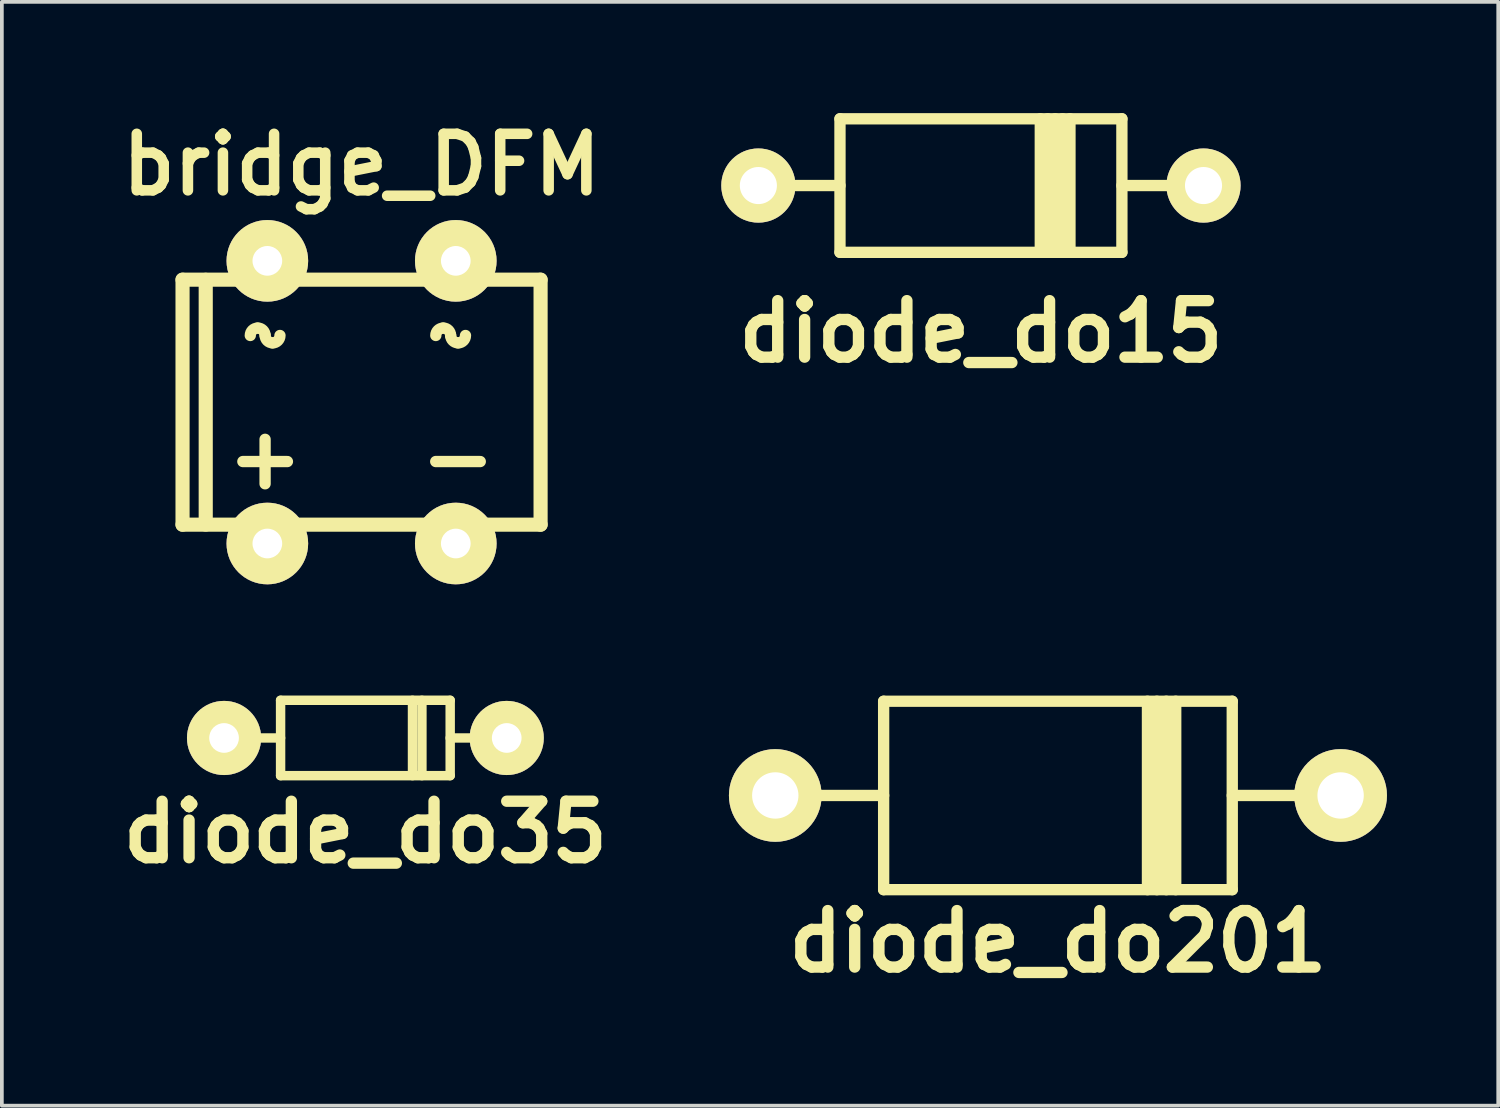
<source format=kicad_pcb>
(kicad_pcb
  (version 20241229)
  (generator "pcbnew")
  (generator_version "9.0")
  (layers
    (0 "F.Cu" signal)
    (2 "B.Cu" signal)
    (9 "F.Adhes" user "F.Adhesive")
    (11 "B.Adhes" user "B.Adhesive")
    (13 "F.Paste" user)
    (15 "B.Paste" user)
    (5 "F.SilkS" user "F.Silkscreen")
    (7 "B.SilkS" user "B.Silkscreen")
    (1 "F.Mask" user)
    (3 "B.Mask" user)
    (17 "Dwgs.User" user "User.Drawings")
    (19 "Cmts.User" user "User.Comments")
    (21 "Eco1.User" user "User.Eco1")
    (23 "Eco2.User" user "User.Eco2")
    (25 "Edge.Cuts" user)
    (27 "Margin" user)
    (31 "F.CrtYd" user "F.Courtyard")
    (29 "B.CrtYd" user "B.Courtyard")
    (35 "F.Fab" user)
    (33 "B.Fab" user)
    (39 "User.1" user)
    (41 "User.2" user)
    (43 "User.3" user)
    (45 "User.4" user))
  (footprint "bridge_DFM"
    (layer "F.Cu")
    (at 6.697 7.792)
    (property "Reference" "bridge_DFM" (at 0 -6.401 0) (layer "F.SilkS") (effects (font (size 1.524 1.524) (thickness 0.284))))
    (attr through_hole)
    (fp_line (start -4.826 -3.302) (end 4.826 -3.302) (stroke (width 0.381) (type solid)) (layer "F.SilkS"))
    (fp_line (start -4.826 3.302) (end -4.826 -3.302) (stroke (width 0.381) (type solid)) (layer "F.SilkS"))
    (fp_line (start -4.201 -3.299) (end -4.201 3.299) (stroke (width 0.381) (type solid)) (layer "F.SilkS"))
    (fp_line (start -2.601 2.2) (end -2.601 1.001) (stroke (width 0.305) (type solid)) (layer "F.SilkS"))
    (fp_line (start -1.999 1.6) (end -3.2 1.6) (stroke (width 0.305) (type solid)) (layer "F.SilkS"))
    (fp_line (start 1.999 1.6) (end 3.2 1.6) (stroke (width 0.305) (type solid)) (layer "F.SilkS"))
    (fp_line (start 4.826 -3.302) (end 4.826 3.302) (stroke (width 0.381) (type solid)) (layer "F.SilkS"))
    (fp_line (start 4.826 3.302) (end -4.826 3.302) (stroke (width 0.381) (type solid)) (layer "F.SilkS"))
    (fp_arc (start -2.99974 -1.79832) (mid -2.941712 -1.938412) (end -2.80162 -1.99644) (stroke (width 0.3048) (type solid)) (layer "F.SilkS"))
    (fp_arc (start -2.80162 -1.99898) (mid -2.659732 -1.940208) (end -2.60096 -1.79832) (stroke (width 0.3048) (type solid)) (layer "F.SilkS"))
    (fp_arc (start -2.4003 -1.6002) (mid -2.540392 -1.658228) (end -2.59842 -1.79832) (stroke (width 0.3048) (type solid)) (layer "F.SilkS"))
    (fp_arc (start -2.19964 -1.79832) (mid -2.258412 -1.656432) (end -2.4003 -1.59766) (stroke (width 0.3048) (type solid)) (layer "F.SilkS"))
    (fp_arc (start 2.00152 -1.79832) (mid 2.059548 -1.938412) (end 2.19964 -1.99644) (stroke (width 0.3048) (type solid)) (layer "F.SilkS"))
    (fp_arc (start 2.19964 -1.99898) (mid 2.341528 -1.940208) (end 2.4003 -1.79832) (stroke (width 0.3048) (type solid)) (layer "F.SilkS"))
    (fp_arc (start 2.60096 -1.6002) (mid 2.460868 -1.658228) (end 2.40284 -1.79832) (stroke (width 0.3048) (type solid)) (layer "F.SilkS"))
    (fp_arc (start 2.80162 -1.79832) (mid 2.742848 -1.656432) (end 2.60096 -1.59766) (stroke (width 0.3048) (type solid)) (layer "F.SilkS"))
    (pad "1" thru_hole oval (at -2.54 3.81) (size 2.2 2.2) (drill 0.8) (layers "*.Cu" "*.Mask" "F.SilkS"))
    (pad "2" thru_hole oval (at -2.54 -3.81) (size 2.2 2.2) (drill 0.8) (layers "*.Cu" "*.Mask" "F.SilkS"))
    (pad "3" thru_hole oval (at 2.54 -3.81) (size 2.2 2.2) (drill 0.8) (layers "*.Cu" "*.Mask" "F.SilkS"))
    (pad "4" thru_hole oval (at 2.54 3.81) (size 2.2 2.2) (drill 0.8) (layers "*.Cu" "*.Mask" "F.SilkS")))
  (footprint "diode_do35"
    (layer "F.Cu")
    (at 6.8 16.844)
    (property "Reference" "diode_do35" (at 0 2.54 0) (layer "F.SilkS") (effects (font (size 1.524 1.524) (thickness 0.305))))
    (attr through_hole)
    (fp_line (start -2.286 -1.016) (end 2.286 -1.016) (stroke (width 0.254) (type solid)) (layer "F.SilkS"))
    (fp_line (start -2.286 0) (end -3.81 0) (stroke (width 0.254) (type solid)) (layer "F.SilkS"))
    (fp_line (start -2.286 1.016) (end -2.286 -1.016) (stroke (width 0.254) (type solid)) (layer "F.SilkS"))
    (fp_line (start 1.27 -1.016) (end 1.27 1.016) (stroke (width 0.254) (type solid)) (layer "F.SilkS"))
    (fp_line (start 1.524 1.016) (end 1.524 -1.016) (stroke (width 0.254) (type solid)) (layer "F.SilkS"))
    (fp_line (start 2.286 -1.016) (end 2.286 1.016) (stroke (width 0.254) (type solid)) (layer "F.SilkS"))
    (fp_line (start 2.286 1.016) (end -2.286 1.016) (stroke (width 0.254) (type solid)) (layer "F.SilkS"))
    (fp_line (start 3.81 0) (end 2.286 0) (stroke (width 0.254) (type solid)) (layer "F.SilkS"))
    (pad "1" thru_hole circle (at -3.81 0) (size 1.999 1.999) (drill 0.8) (layers "*.Cu" "*.Mask" "F.SilkS"))
    (pad "2" thru_hole circle (at 3.81 0) (size 1.999 1.999) (drill 0.8) (layers "*.Cu" "*.Mask" "F.SilkS")))
  (footprint "diode_do15"
    (layer "F.Cu")
    (at 23.394 1.952)
    (property "Reference" "diode_do15" (at 0 3.937 0) (layer "F.SilkS") (effects (font (size 1.524 1.524) (thickness 0.305))))
    (attr through_hole)
    (fp_line (start -6 0) (end -3.8 0) (stroke (width 0.305) (type solid)) (layer "F.SilkS"))
    (fp_line (start -3.8 -1.8) (end 3.8 -1.8) (stroke (width 0.305) (type solid)) (layer "F.SilkS"))
    (fp_line (start -3.8 1.8) (end -3.8 -1.8) (stroke (width 0.305) (type solid)) (layer "F.SilkS"))
    (fp_line (start 1.6 -1.8) (end 1.6 1.8) (stroke (width 0.305) (type solid)) (layer "F.SilkS"))
    (fp_line (start 1.8 1.8) (end 1.8 -1.8) (stroke (width 0.305) (type solid)) (layer "F.SilkS"))
    (fp_line (start 2 1.8) (end 2 -1.8) (stroke (width 0.305) (type solid)) (layer "F.SilkS"))
    (fp_line (start 2.2 -1.8) (end 2.2 1.8) (stroke (width 0.305) (type solid)) (layer "F.SilkS"))
    (fp_line (start 2.4 1.8) (end 2.4 -1.8) (stroke (width 0.305) (type solid)) (layer "F.SilkS"))
    (fp_line (start 3.8 -1.8) (end 3.8 1.8) (stroke (width 0.305) (type solid)) (layer "F.SilkS"))
    (fp_line (start 3.8 1.8) (end -3.8 1.8) (stroke (width 0.305) (type solid)) (layer "F.SilkS"))
    (fp_line (start 6 0) (end 3.8 0) (stroke (width 0.305) (type solid)) (layer "F.SilkS"))
    (pad "1" thru_hole circle (at -6 0) (size 2 2) (drill 1) (layers "*.Cu" "*.Mask" "F.SilkS"))
    (pad "2" thru_hole circle (at 6 0) (size 2 2) (drill 1) (layers "*.Cu" "*.Mask" "F.SilkS")))
  (footprint "diode_do201"
    (layer "F.Cu")
    (at 25.47 18.394)
    (property "Reference" "diode_do201" (at 0 3.937 0) (layer "F.SilkS") (effects (font (size 1.524 1.524) (thickness 0.305))))
    (attr through_hole)
    (fp_line (start -7.62 0) (end -4.699 0) (stroke (width 0.305) (type solid)) (layer "F.SilkS"))
    (fp_line (start -4.699 -2.54) (end 4.699 -2.54) (stroke (width 0.305) (type solid)) (layer "F.SilkS"))
    (fp_line (start -4.699 2.54) (end -4.699 -2.54) (stroke (width 0.305) (type solid)) (layer "F.SilkS"))
    (fp_line (start 2.413 2.54) (end 2.413 -2.54) (stroke (width 0.305) (type solid)) (layer "F.SilkS"))
    (fp_line (start 2.667 -2.54) (end 2.667 2.54) (stroke (width 0.305) (type solid)) (layer "F.SilkS"))
    (fp_line (start 2.921 2.54) (end 2.921 -2.54) (stroke (width 0.305) (type solid)) (layer "F.SilkS"))
    (fp_line (start 3.175 -2.54) (end 3.175 2.54) (stroke (width 0.305) (type solid)) (layer "F.SilkS"))
    (fp_line (start 4.699 -2.54) (end 4.699 2.54) (stroke (width 0.305) (type solid)) (layer "F.SilkS"))
    (fp_line (start 4.699 2.54) (end -4.699 2.54) (stroke (width 0.305) (type solid)) (layer "F.SilkS"))
    (fp_line (start 7.62 0) (end 4.699 0) (stroke (width 0.305) (type solid)) (layer "F.SilkS"))
    (pad "1" thru_hole circle (at -7.62 0) (size 2.499 2.499) (drill 1.25) (layers "*.Cu" "*.Mask" "F.SilkS"))
    (pad "2" thru_hole circle (at 7.62 0) (size 2.499 2.499) (drill 1.25) (layers "*.Cu" "*.Mask" "F.SilkS")))
  (gr_rect
    (start -3 -3)
    (end 37.339 26.757)
    (stroke (width 0.1) (type default))
    (fill no)
    (layer "Edge.Cuts")))
</source>
